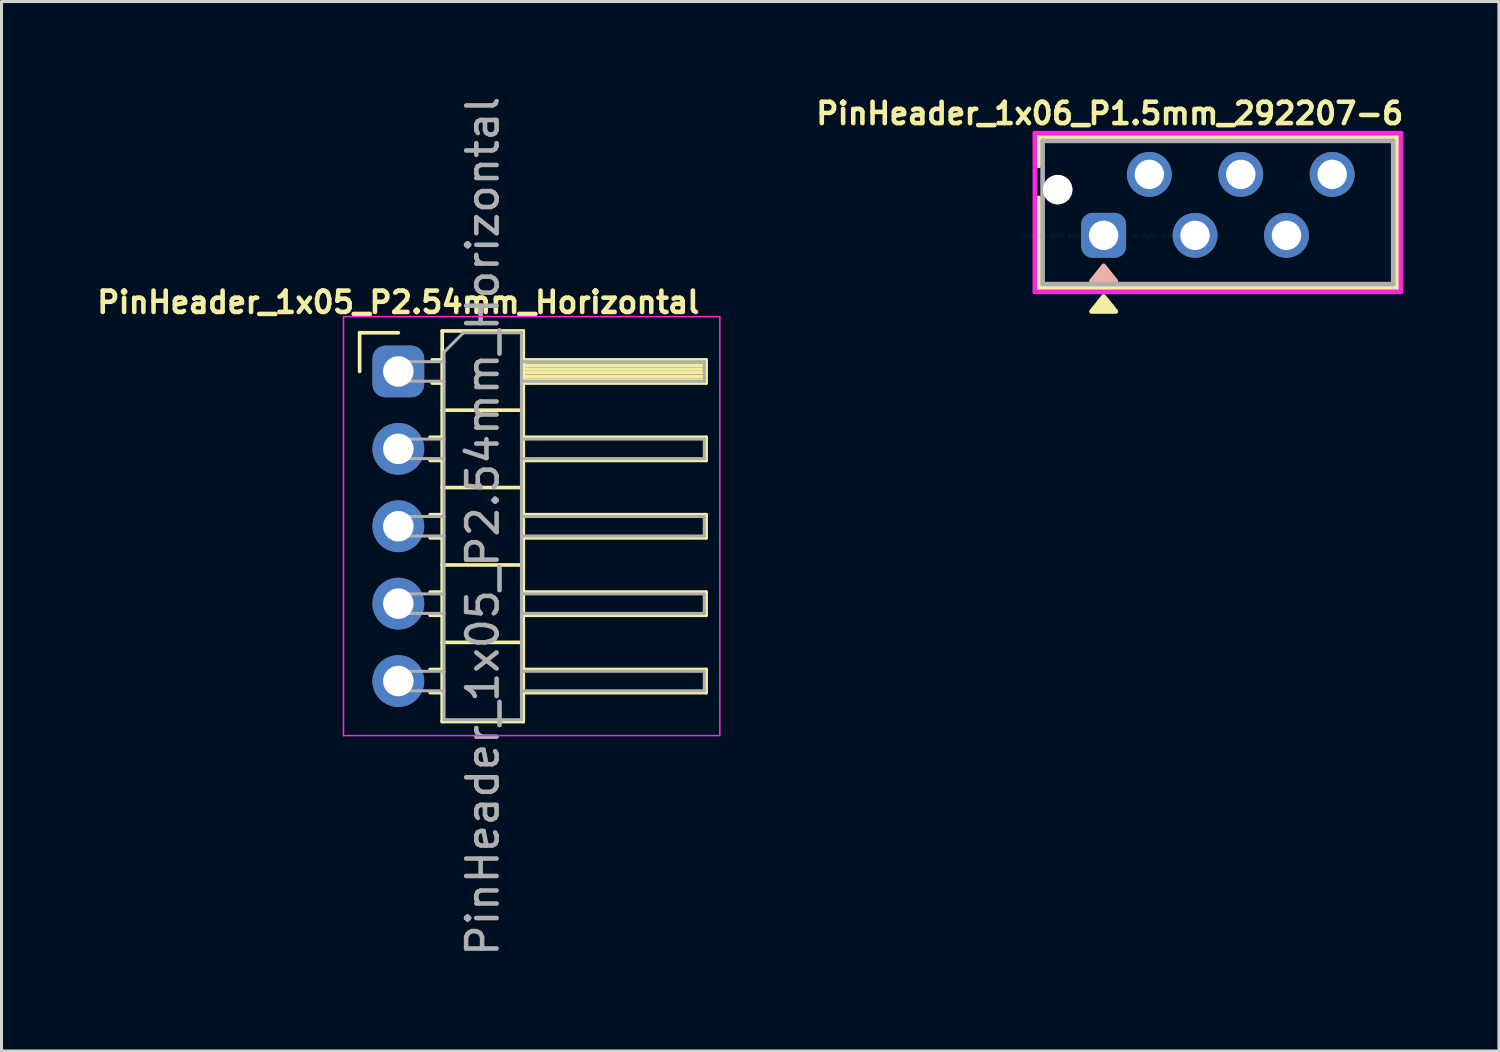
<source format=kicad_pcb>
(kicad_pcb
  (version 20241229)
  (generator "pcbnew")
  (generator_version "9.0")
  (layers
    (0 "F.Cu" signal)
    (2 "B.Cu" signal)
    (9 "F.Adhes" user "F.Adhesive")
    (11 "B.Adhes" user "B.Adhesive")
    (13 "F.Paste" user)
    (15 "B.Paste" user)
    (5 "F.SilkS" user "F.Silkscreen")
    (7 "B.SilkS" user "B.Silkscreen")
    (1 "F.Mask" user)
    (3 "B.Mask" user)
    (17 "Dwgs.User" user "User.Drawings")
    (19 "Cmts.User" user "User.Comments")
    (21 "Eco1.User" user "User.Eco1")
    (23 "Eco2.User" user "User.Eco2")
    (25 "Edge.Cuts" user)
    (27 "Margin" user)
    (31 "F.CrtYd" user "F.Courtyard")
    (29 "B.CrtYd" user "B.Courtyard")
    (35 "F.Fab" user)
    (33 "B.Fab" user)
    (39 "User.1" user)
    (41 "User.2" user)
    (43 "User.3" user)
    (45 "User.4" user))
  (footprint "PinHeader_1x06_P1.5mm_292207-6"
    (layer "F.Cu")
    (at 33.168 4.673)
    (property "Reference" "PinHeader_1x06_P1.5mm_292207-6" (at 0.2 -4 0) (layer "F.SilkS") (effects (font (size 0.7 0.7) (thickness 0.15))))
    (attr through_hole)
    (fp_line (start -2.13 -3.226) (end -2.13 -2.279) (stroke (width 0.152) (type solid)) (layer "F.SilkS"))
    (fp_line (start -2.13 -1.226) (end -2.13 1.727) (stroke (width 0.152) (type solid)) (layer "F.SilkS"))
    (fp_line (start -2.13 1.727) (end 9.63 1.727) (stroke (width 0.152) (type solid)) (layer "F.SilkS"))
    (fp_line (start 9.63 -3.226) (end -2.13 -3.226) (stroke (width 0.152) (type solid)) (layer "F.SilkS"))
    (fp_line (start 9.63 1.727) (end 9.63 -3.226) (stroke (width 0.152) (type solid)) (layer "F.SilkS"))
    (fp_poly (pts (xy 0 2) (xy -0.4 2.5) (xy 0.4 2.5)) (stroke (width 0.15) (type solid)) (fill yes) (layer "F.SilkS"))
    (fp_poly (pts (xy 0 1) (xy -0.4 1.5) (xy 0.4 1.5)) (stroke (width 0.15) (type solid)) (fill yes) (layer "B.SilkS"))
    (fp_line (start -2.257 -3.353) (end -2.257 1.854) (stroke (width 0.152) (type solid)) (layer "F.CrtYd"))
    (fp_line (start -2.257 1.854) (end 9.757 1.854) (stroke (width 0.152) (type solid)) (layer "F.CrtYd"))
    (fp_line (start 9.757 -3.353) (end -2.257 -3.353) (stroke (width 0.152) (type solid)) (layer "F.CrtYd"))
    (fp_line (start 9.757 1.854) (end 9.757 -3.353) (stroke (width 0.152) (type solid)) (layer "F.CrtYd"))
    (fp_line (start -2.003 -3.099) (end -2.003 1.6) (stroke (width 0.152) (type solid)) (layer "F.Fab"))
    (fp_line (start -2.003 1.6) (end 9.503 1.6) (stroke (width 0.152) (type solid)) (layer "F.Fab"))
    (fp_line (start 9.503 -3.099) (end -2.003 -3.099) (stroke (width 0.152) (type solid)) (layer "F.Fab"))
    (fp_line (start 9.503 1.6) (end 9.503 -3.099) (stroke (width 0.152) (type solid)) (layer "F.Fab"))
    (fp_text user "Copyright 2016 Accelerated Designs. All rights reserved." (at 0 0 0) (layer "Cmts.User") (effects (font (size 0.127 0.127) (thickness 0.002))))
    (pad "1" thru_hole roundrect (at 0 0 90) (size 1.473 1.473) (drill 0.965) (layers "*.Cu" "*.Mask") (roundrect_rratio 0.25))
    (pad "2" thru_hole circle (at 1.5 -2 90) (size 1.473 1.473) (drill 0.965) (layers "*.Cu" "*.Mask"))
    (pad "3" thru_hole circle (at 3 0 90) (size 1.473 1.473) (drill 0.965) (layers "*.Cu" "*.Mask"))
    (pad "4" thru_hole circle (at 4.5 -2 90) (size 1.473 1.473) (drill 0.965) (layers "*.Cu" "*.Mask"))
    (pad "5" thru_hole circle (at 6 0 90) (size 1.473 1.473) (drill 0.965) (layers "*.Cu" "*.Mask"))
    (pad "6" thru_hole circle (at 7.5 -2 90) (size 1.473 1.473) (drill 0.965) (layers "*.Cu" "*.Mask"))
    (pad "7" thru_hole circle (at -1.508 -1.5) (size 0.965 0.965) (drill 0.965) (layers "*.Cu" "*.Mask")))
  (footprint "PinHeader_1x05_P2.54mm_Horizontal"
    (layer "F.Cu")
    (at 10.022 9.14)
    (property "Reference" "PinHeader_1x05_P2.54mm_Horizontal" (at 0 -2.27 0) (layer "F.SilkS") (effects (font (size 0.7 0.7) (thickness 0.15))))
    (attr through_hole)
    (fp_line (start -1.27 -1.27) (end 0 -1.27) (stroke (width 0.12) (type solid)) (layer "F.SilkS"))
    (fp_line (start -1.27 0) (end -1.27 -1.27) (stroke (width 0.12) (type solid)) (layer "F.SilkS"))
    (fp_line (start 1.043 2.16) (end 1.44 2.16) (stroke (width 0.12) (type solid)) (layer "F.SilkS"))
    (fp_line (start 1.043 2.92) (end 1.44 2.92) (stroke (width 0.12) (type solid)) (layer "F.SilkS"))
    (fp_line (start 1.043 4.7) (end 1.44 4.7) (stroke (width 0.12) (type solid)) (layer "F.SilkS"))
    (fp_line (start 1.043 5.46) (end 1.44 5.46) (stroke (width 0.12) (type solid)) (layer "F.SilkS"))
    (fp_line (start 1.043 7.24) (end 1.44 7.24) (stroke (width 0.12) (type solid)) (layer "F.SilkS"))
    (fp_line (start 1.043 8) (end 1.44 8) (stroke (width 0.12) (type solid)) (layer "F.SilkS"))
    (fp_line (start 1.043 9.78) (end 1.44 9.78) (stroke (width 0.12) (type solid)) (layer "F.SilkS"))
    (fp_line (start 1.043 10.54) (end 1.44 10.54) (stroke (width 0.12) (type solid)) (layer "F.SilkS"))
    (fp_line (start 1.11 -0.38) (end 1.44 -0.38) (stroke (width 0.12) (type solid)) (layer "F.SilkS"))
    (fp_line (start 1.11 0.38) (end 1.44 0.38) (stroke (width 0.12) (type solid)) (layer "F.SilkS"))
    (fp_line (start 1.44 -1.33) (end 1.44 11.49) (stroke (width 0.12) (type solid)) (layer "F.SilkS"))
    (fp_line (start 1.44 1.27) (end 4.1 1.27) (stroke (width 0.12) (type solid)) (layer "F.SilkS"))
    (fp_line (start 1.44 3.81) (end 4.1 3.81) (stroke (width 0.12) (type solid)) (layer "F.SilkS"))
    (fp_line (start 1.44 6.35) (end 4.1 6.35) (stroke (width 0.12) (type solid)) (layer "F.SilkS"))
    (fp_line (start 1.44 8.89) (end 4.1 8.89) (stroke (width 0.12) (type solid)) (layer "F.SilkS"))
    (fp_line (start 1.44 11.49) (end 4.1 11.49) (stroke (width 0.12) (type solid)) (layer "F.SilkS"))
    (fp_line (start 4.1 -1.33) (end 1.44 -1.33) (stroke (width 0.12) (type solid)) (layer "F.SilkS"))
    (fp_line (start 4.1 -0.38) (end 10.1 -0.38) (stroke (width 0.12) (type solid)) (layer "F.SilkS"))
    (fp_line (start 4.1 -0.32) (end 10.1 -0.32) (stroke (width 0.12) (type solid)) (layer "F.SilkS"))
    (fp_line (start 4.1 -0.2) (end 10.1 -0.2) (stroke (width 0.12) (type solid)) (layer "F.SilkS"))
    (fp_line (start 4.1 -0.08) (end 10.1 -0.08) (stroke (width 0.12) (type solid)) (layer "F.SilkS"))
    (fp_line (start 4.1 0.04) (end 10.1 0.04) (stroke (width 0.12) (type solid)) (layer "F.SilkS"))
    (fp_line (start 4.1 0.16) (end 10.1 0.16) (stroke (width 0.12) (type solid)) (layer "F.SilkS"))
    (fp_line (start 4.1 0.28) (end 10.1 0.28) (stroke (width 0.12) (type solid)) (layer "F.SilkS"))
    (fp_line (start 4.1 2.16) (end 10.1 2.16) (stroke (width 0.12) (type solid)) (layer "F.SilkS"))
    (fp_line (start 4.1 4.7) (end 10.1 4.7) (stroke (width 0.12) (type solid)) (layer "F.SilkS"))
    (fp_line (start 4.1 7.24) (end 10.1 7.24) (stroke (width 0.12) (type solid)) (layer "F.SilkS"))
    (fp_line (start 4.1 9.78) (end 10.1 9.78) (stroke (width 0.12) (type solid)) (layer "F.SilkS"))
    (fp_line (start 4.1 11.49) (end 4.1 -1.33) (stroke (width 0.12) (type solid)) (layer "F.SilkS"))
    (fp_line (start 10.1 -0.38) (end 10.1 0.38) (stroke (width 0.12) (type solid)) (layer "F.SilkS"))
    (fp_line (start 10.1 0.38) (end 4.1 0.38) (stroke (width 0.12) (type solid)) (layer "F.SilkS"))
    (fp_line (start 10.1 2.16) (end 10.1 2.92) (stroke (width 0.12) (type solid)) (layer "F.SilkS"))
    (fp_line (start 10.1 2.92) (end 4.1 2.92) (stroke (width 0.12) (type solid)) (layer "F.SilkS"))
    (fp_line (start 10.1 4.7) (end 10.1 5.46) (stroke (width 0.12) (type solid)) (layer "F.SilkS"))
    (fp_line (start 10.1 5.46) (end 4.1 5.46) (stroke (width 0.12) (type solid)) (layer "F.SilkS"))
    (fp_line (start 10.1 7.24) (end 10.1 8) (stroke (width 0.12) (type solid)) (layer "F.SilkS"))
    (fp_line (start 10.1 8) (end 4.1 8) (stroke (width 0.12) (type solid)) (layer "F.SilkS"))
    (fp_line (start 10.1 9.78) (end 10.1 10.54) (stroke (width 0.12) (type solid)) (layer "F.SilkS"))
    (fp_line (start 10.1 10.54) (end 4.1 10.54) (stroke (width 0.12) (type solid)) (layer "F.SilkS"))
    (fp_line (start -1.8 -1.8) (end -1.8 11.95) (stroke (width 0.05) (type solid)) (layer "F.CrtYd"))
    (fp_line (start -1.8 11.95) (end 10.55 11.95) (stroke (width 0.05) (type solid)) (layer "F.CrtYd"))
    (fp_line (start 10.55 -1.8) (end -1.8 -1.8) (stroke (width 0.05) (type solid)) (layer "F.CrtYd"))
    (fp_line (start 10.55 11.95) (end 10.55 -1.8) (stroke (width 0.05) (type solid)) (layer "F.CrtYd"))
    (fp_line (start -0.32 -0.32) (end -0.32 0.32) (stroke (width 0.1) (type solid)) (layer "F.Fab"))
    (fp_line (start -0.32 -0.32) (end 1.5 -0.32) (stroke (width 0.1) (type solid)) (layer "F.Fab"))
    (fp_line (start -0.32 0.32) (end 1.5 0.32) (stroke (width 0.1) (type solid)) (layer "F.Fab"))
    (fp_line (start -0.32 2.22) (end -0.32 2.86) (stroke (width 0.1) (type solid)) (layer "F.Fab"))
    (fp_line (start -0.32 2.22) (end 1.5 2.22) (stroke (width 0.1) (type solid)) (layer "F.Fab"))
    (fp_line (start -0.32 2.86) (end 1.5 2.86) (stroke (width 0.1) (type solid)) (layer "F.Fab"))
    (fp_line (start -0.32 4.76) (end -0.32 5.4) (stroke (width 0.1) (type solid)) (layer "F.Fab"))
    (fp_line (start -0.32 4.76) (end 1.5 4.76) (stroke (width 0.1) (type solid)) (layer "F.Fab"))
    (fp_line (start -0.32 5.4) (end 1.5 5.4) (stroke (width 0.1) (type solid)) (layer "F.Fab"))
    (fp_line (start -0.32 7.3) (end -0.32 7.94) (stroke (width 0.1) (type solid)) (layer "F.Fab"))
    (fp_line (start -0.32 7.3) (end 1.5 7.3) (stroke (width 0.1) (type solid)) (layer "F.Fab"))
    (fp_line (start -0.32 7.94) (end 1.5 7.94) (stroke (width 0.1) (type solid)) (layer "F.Fab"))
    (fp_line (start -0.32 9.84) (end -0.32 10.48) (stroke (width 0.1) (type solid)) (layer "F.Fab"))
    (fp_line (start -0.32 9.84) (end 1.5 9.84) (stroke (width 0.1) (type solid)) (layer "F.Fab"))
    (fp_line (start -0.32 10.48) (end 1.5 10.48) (stroke (width 0.1) (type solid)) (layer "F.Fab"))
    (fp_line (start 1.5 -0.635) (end 2.135 -1.27) (stroke (width 0.1) (type solid)) (layer "F.Fab"))
    (fp_line (start 1.5 11.43) (end 1.5 -0.635) (stroke (width 0.1) (type solid)) (layer "F.Fab"))
    (fp_line (start 2.135 -1.27) (end 4.04 -1.27) (stroke (width 0.1) (type solid)) (layer "F.Fab"))
    (fp_line (start 4.04 -1.27) (end 4.04 11.43) (stroke (width 0.1) (type solid)) (layer "F.Fab"))
    (fp_line (start 4.04 -0.32) (end 10.04 -0.32) (stroke (width 0.1) (type solid)) (layer "F.Fab"))
    (fp_line (start 4.04 0.32) (end 10.04 0.32) (stroke (width 0.1) (type solid)) (layer "F.Fab"))
    (fp_line (start 4.04 2.22) (end 10.04 2.22) (stroke (width 0.1) (type solid)) (layer "F.Fab"))
    (fp_line (start 4.04 2.86) (end 10.04 2.86) (stroke (width 0.1) (type solid)) (layer "F.Fab"))
    (fp_line (start 4.04 4.76) (end 10.04 4.76) (stroke (width 0.1) (type solid)) (layer "F.Fab"))
    (fp_line (start 4.04 5.4) (end 10.04 5.4) (stroke (width 0.1) (type solid)) (layer "F.Fab"))
    (fp_line (start 4.04 7.3) (end 10.04 7.3) (stroke (width 0.1) (type solid)) (layer "F.Fab"))
    (fp_line (start 4.04 7.94) (end 10.04 7.94) (stroke (width 0.1) (type solid)) (layer "F.Fab"))
    (fp_line (start 4.04 9.84) (end 10.04 9.84) (stroke (width 0.1) (type solid)) (layer "F.Fab"))
    (fp_line (start 4.04 10.48) (end 10.04 10.48) (stroke (width 0.1) (type solid)) (layer "F.Fab"))
    (fp_line (start 4.04 11.43) (end 1.5 11.43) (stroke (width 0.1) (type solid)) (layer "F.Fab"))
    (fp_line (start 10.04 -0.32) (end 10.04 0.32) (stroke (width 0.1) (type solid)) (layer "F.Fab"))
    (fp_line (start 10.04 2.22) (end 10.04 2.86) (stroke (width 0.1) (type solid)) (layer "F.Fab"))
    (fp_line (start 10.04 4.76) (end 10.04 5.4) (stroke (width 0.1) (type solid)) (layer "F.Fab"))
    (fp_line (start 10.04 7.3) (end 10.04 7.94) (stroke (width 0.1) (type solid)) (layer "F.Fab"))
    (fp_line (start 10.04 9.84) (end 10.04 10.48) (stroke (width 0.1) (type solid)) (layer "F.Fab"))
    (fp_text user "${REFERENCE}" (at 2.77 5.08 90) (layer "F.Fab") (effects (font (size 1 1) (thickness 0.15))))
    (pad "1" thru_hole roundrect (at 0 0) (size 1.7 1.7) (drill 1) (layers "*.Cu" "*.Mask") (roundrect_rratio 0.25))
    (pad "2" thru_hole oval (at 0 2.54) (size 1.7 1.7) (drill 1) (layers "*.Cu" "*.Mask"))
    (pad "3" thru_hole oval (at 0 5.08) (size 1.7 1.7) (drill 1) (layers "*.Cu" "*.Mask"))
    (pad "4" thru_hole oval (at 0 7.62) (size 1.7 1.7) (drill 1) (layers "*.Cu" "*.Mask"))
    (pad "5" thru_hole oval (at 0 10.16) (size 1.7 1.7) (drill 1) (layers "*.Cu" "*.Mask")))
  (gr_rect
    (start -3 -3)
    (end 46.14 31.44)
    (stroke (width 0.1) (type default))
    (fill no)
    (layer "Edge.Cuts")))
</source>
